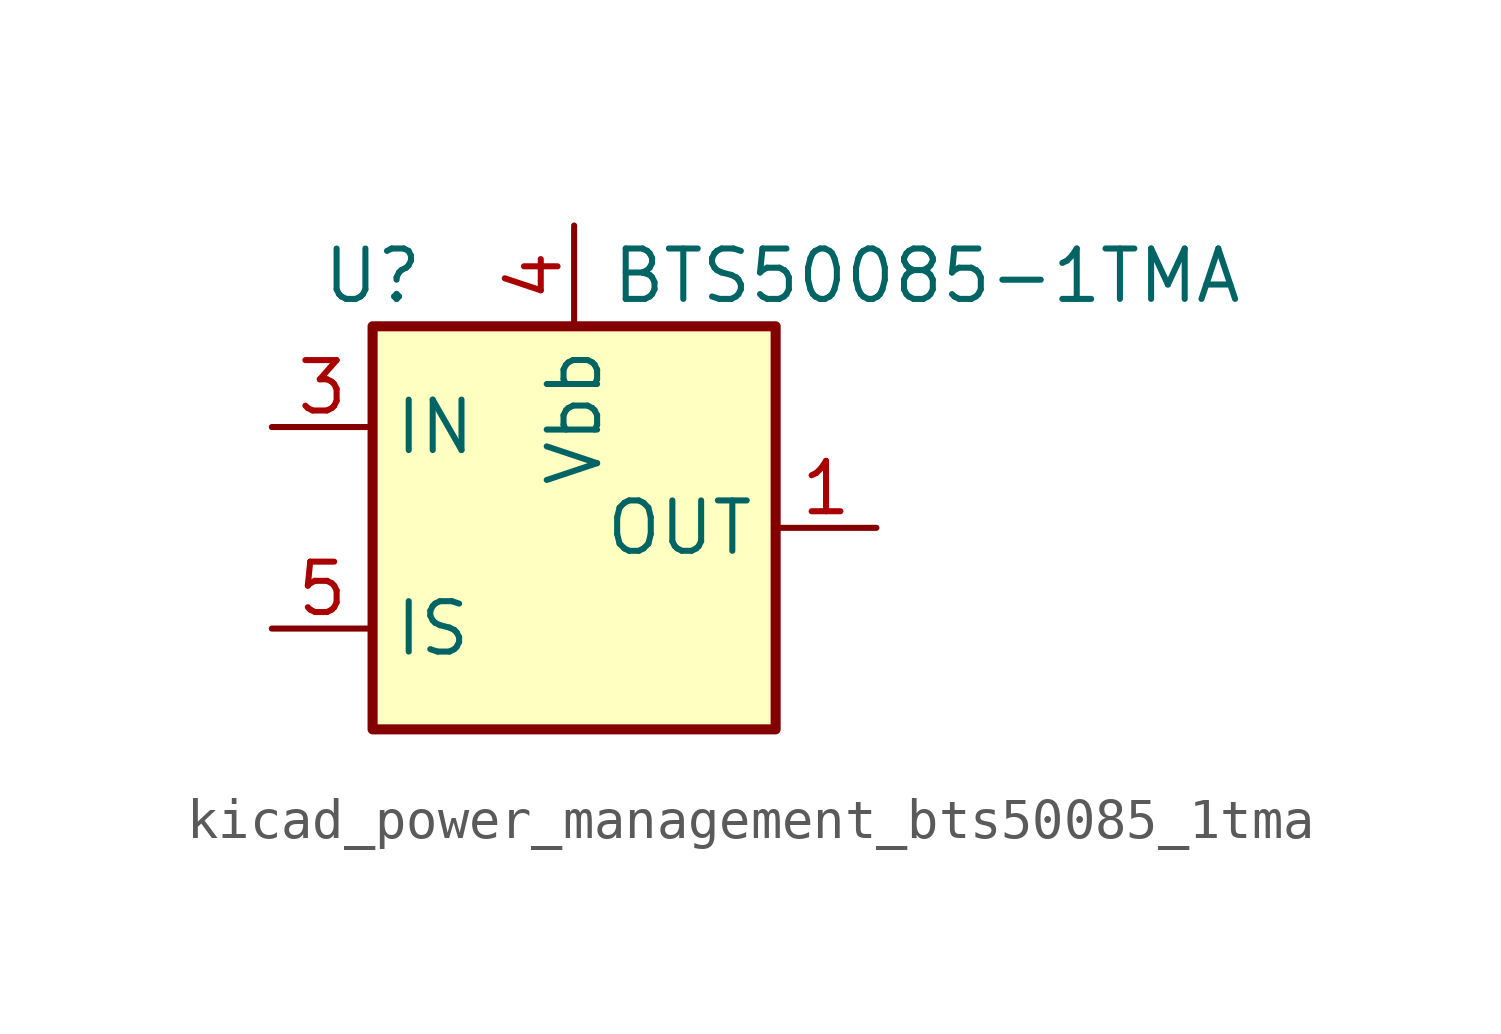
<source format=kicad_sym>
(kicad_symbol_lib
  (version 20220914)
  (generator kicad_symbol_editor)
  (symbol "kicad_power_management_bts50085_1tma"
    (property "Reference" "U"
      (at -5.08 6.35 0)
      (effects (font (size 1.27 1.27))))
    (property "Value" "BTS50085-1TMA"
      (at 8.89 6.35 0)
      (effects (font (size 1.27 1.27))))
    (symbol "kicad_power_management_bts50085_1tma_0_1"
      (rectangle (start -5.08 5.08) (end 5.08 -5.08) (stroke (width 0.254) (type default)) (fill (type background))))
    (symbol "kicad_power_management_bts50085_1tma_1_1"
      (pin power_out line (at 7.62 0 180) (length 2.54) (name "OUT" (effects (font (size 1.27 1.27)))) (number "1" (effects (font (size 1.27 1.27)))))
      (pin passive line (at 7.62 0 180) (length 2.54) hide (name "OUT" (effects (font (size 1.27 1.27)))) (number "2" (effects (font (size 1.27 1.27)))))
      (pin input line (at -7.62 2.54 0) (length 2.54) (name "IN" (effects (font (size 1.27 1.27)))) (number "3" (effects (font (size 1.27 1.27)))))
      (pin power_in line (at 0 7.62 270) (length 2.54) (name "Vbb" (effects (font (size 1.27 1.27)))) (number "4" (effects (font (size 1.27 1.27)))))
      (pin output line (at -7.62 -2.54 0) (length 2.54) (name "IS" (effects (font (size 1.27 1.27)))) (number "5" (effects (font (size 1.27 1.27)))))
      (pin passive line (at 7.62 0 180) (length 2.54) hide (name "OUT" (effects (font (size 1.27 1.27)))) (number "6" (effects (font (size 1.27 1.27)))))
      (pin passive line (at 7.62 0 180) (length 2.54) hide (name "OUT" (effects (font (size 1.27 1.27)))) (number "7" (effects (font (size 1.27 1.27))))))))
</source>
